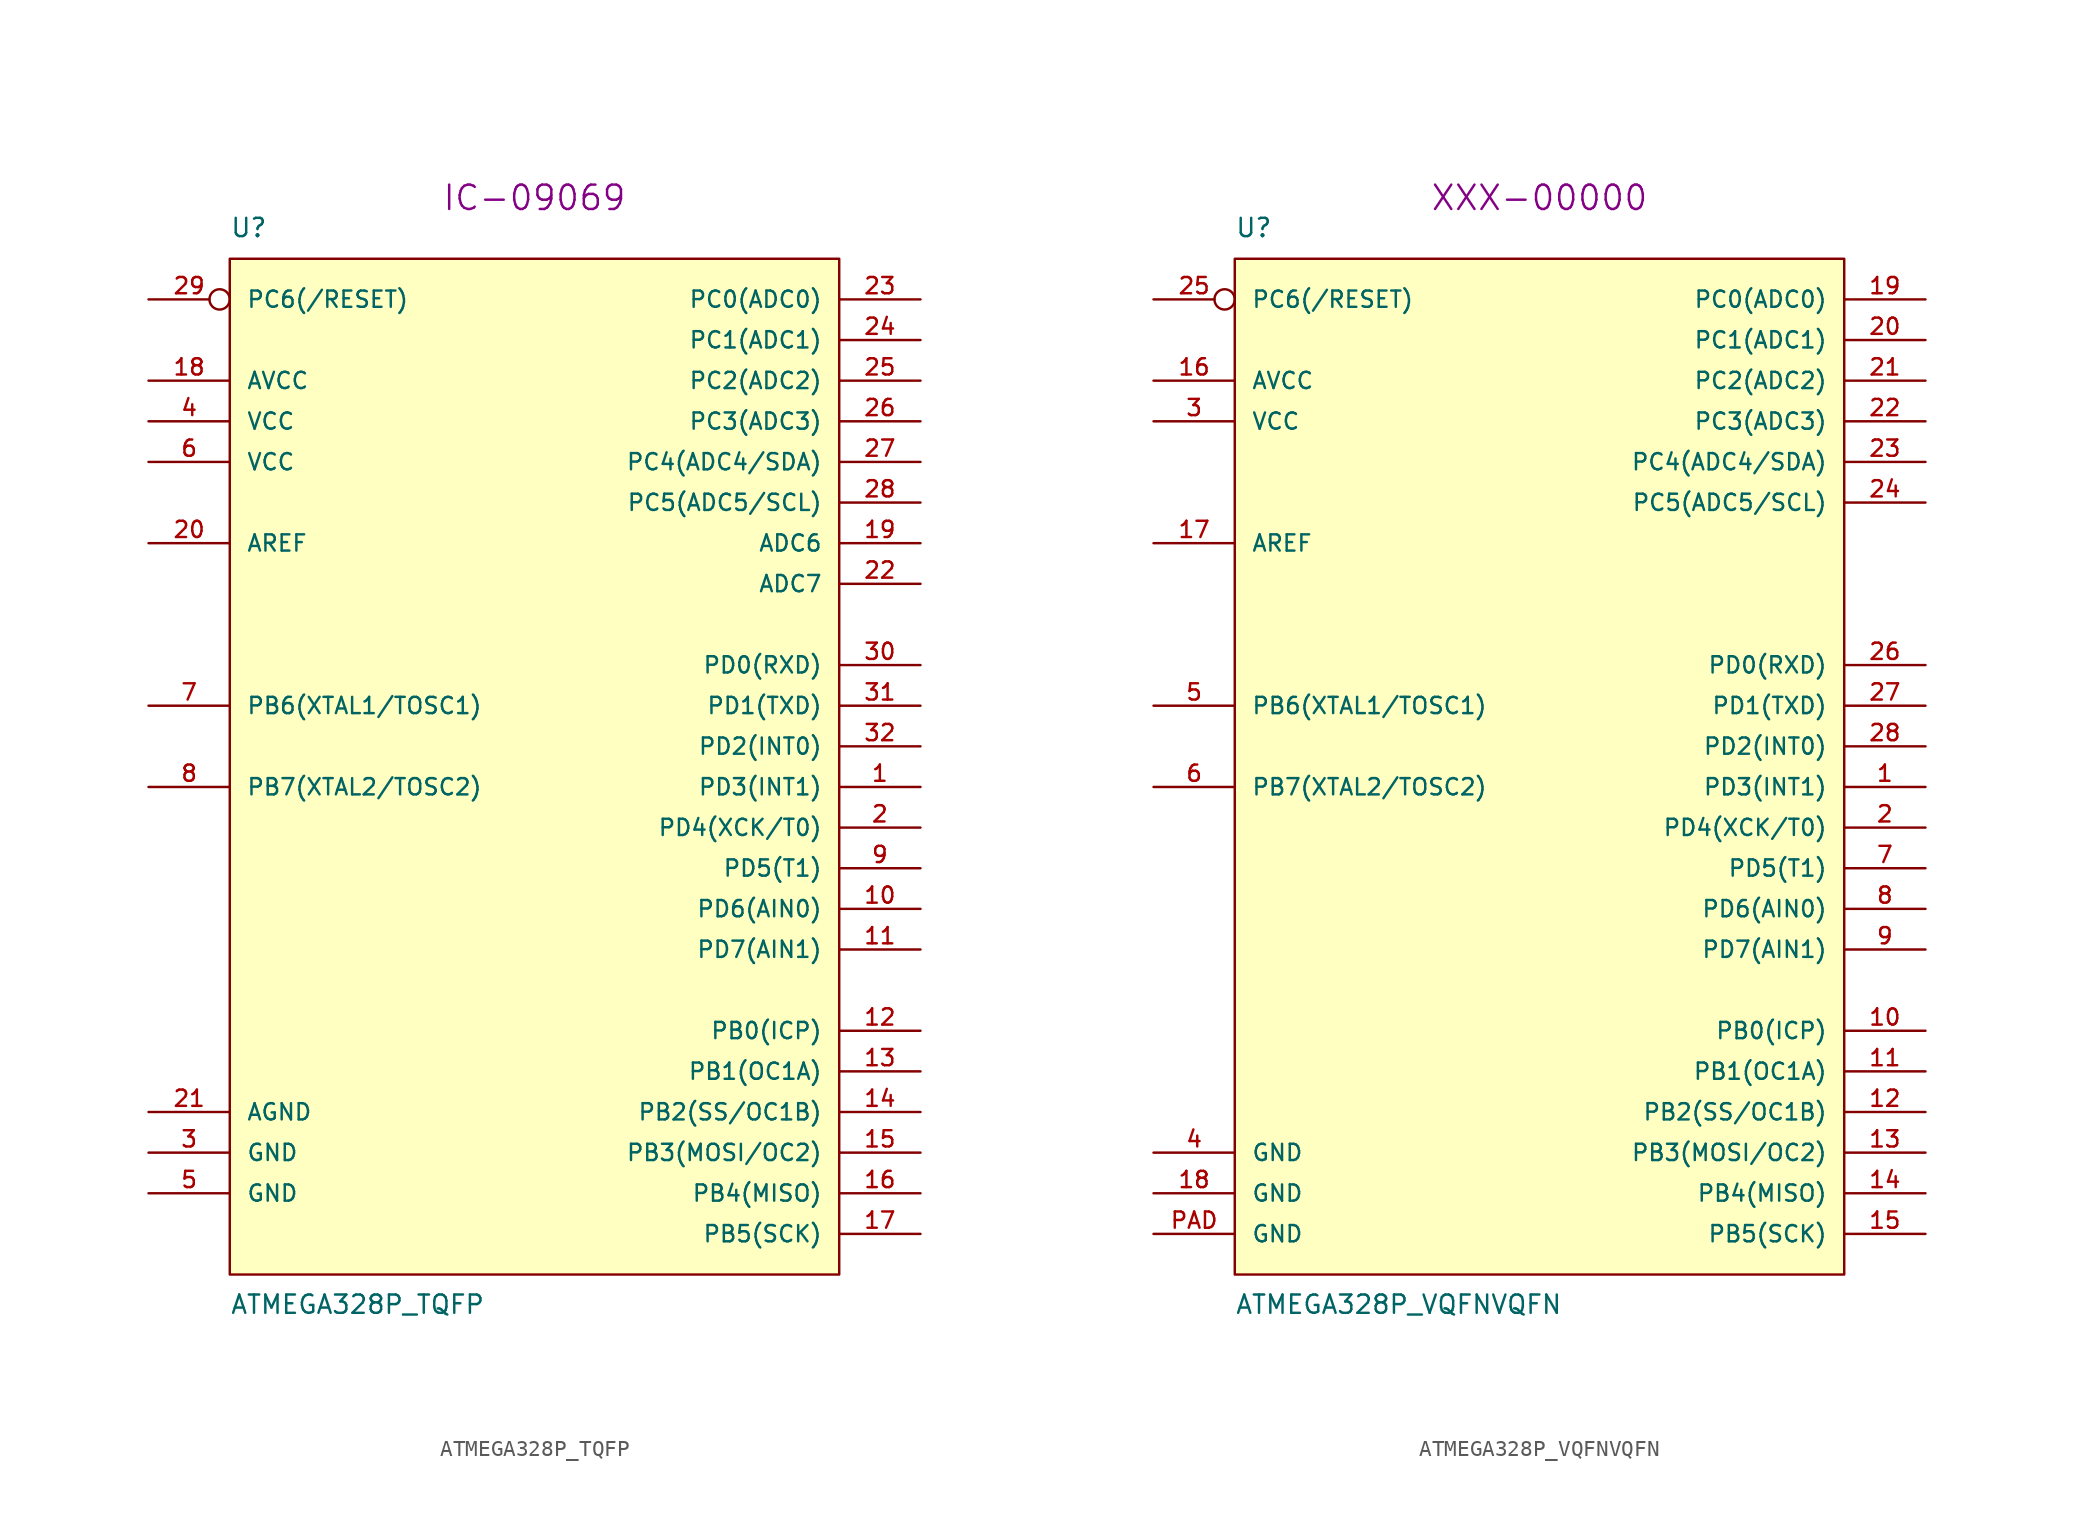
<source format=kicad_sym>
(kicad_symbol_lib
  (version 20201005)
  (generator kicad_symbol_editor)
  (symbol "ATMEGA328P_TQFP"
    (pin_names
      (offset 1.016))
    (property "Reference" "U"
      (at -19.05 33.02 0)
      (effects (font (size 1.143 1.143)) (justify left bottom)))
    (property "Value" "ATMEGA328P_TQFP"
      (at -19.05 -34.29 0)
      (effects (font (size 1.143 1.143)) (justify left bottom)))
    (property "Field4" "IC-09069"
      (at 0 35.56 0)
      (effects (font (size 1.524 1.524))))
    (property "ki_locked" ""
      (at 0 0 0)
      (effects (font (size 1.27 1.27))))
    (symbol "ATMEGA328P_TQFP_1_1"
      (polyline (pts (xy -19.05 31.75) (xy 19.05 31.75) (xy 19.05 -31.75) (xy -19.05 -31.75) (xy -19.05 31.75)) (stroke (width 0)) (fill (type background)))
      (pin bidirectional line (at 24.13 -1.27 180) (length 5.08) (name "PD3(INT1)" (effects (font (size 1.016 1.016)))) (number "1" (effects (font (size 1.016 1.016)))))
      (pin bidirectional line (at 24.13 -3.81 180) (length 5.08) (name "PD4(XCK/T0)" (effects (font (size 1.016 1.016)))) (number "2" (effects (font (size 1.016 1.016)))))
      (pin bidirectional line (at -24.13 -24.13 0) (length 5.08) (name "GND" (effects (font (size 1.016 1.016)))) (number "3" (effects (font (size 1.016 1.016)))))
      (pin bidirectional line (at -24.13 21.59 0) (length 5.08) (name "VCC" (effects (font (size 1.016 1.016)))) (number "4" (effects (font (size 1.016 1.016)))))
      (pin bidirectional line (at -24.13 -26.67 0) (length 5.08) (name "GND" (effects (font (size 1.016 1.016)))) (number "5" (effects (font (size 1.016 1.016)))))
      (pin bidirectional line (at -24.13 19.05 0) (length 5.08) (name "VCC" (effects (font (size 1.016 1.016)))) (number "6" (effects (font (size 1.016 1.016)))))
      (pin bidirectional line (at -24.13 3.81 0) (length 5.08) (name "PB6(XTAL1/TOSC1)" (effects (font (size 1.016 1.016)))) (number "7" (effects (font (size 1.016 1.016)))))
      (pin bidirectional line (at -24.13 -1.27 0) (length 5.08) (name "PB7(XTAL2/TOSC2)" (effects (font (size 1.016 1.016)))) (number "8" (effects (font (size 1.016 1.016)))))
      (pin bidirectional line (at 24.13 -6.35 180) (length 5.08) (name "PD5(T1)" (effects (font (size 1.016 1.016)))) (number "9" (effects (font (size 1.016 1.016)))))
      (pin bidirectional line (at 24.13 -8.89 180) (length 5.08) (name "PD6(AIN0)" (effects (font (size 1.016 1.016)))) (number "10" (effects (font (size 1.016 1.016)))))
      (pin bidirectional line (at -24.13 13.97 0) (length 5.08) (name "AREF" (effects (font (size 1.016 1.016)))) (number "20" (effects (font (size 1.016 1.016)))))
      (pin bidirectional line (at 24.13 6.35 180) (length 5.08) (name "PD0(RXD)" (effects (font (size 1.016 1.016)))) (number "30" (effects (font (size 1.016 1.016)))))
      (pin bidirectional line (at 24.13 -11.43 180) (length 5.08) (name "PD7(AIN1)" (effects (font (size 1.016 1.016)))) (number "11" (effects (font (size 1.016 1.016)))))
      (pin bidirectional line (at -24.13 -21.59 0) (length 5.08) (name "AGND" (effects (font (size 1.016 1.016)))) (number "21" (effects (font (size 1.016 1.016)))))
      (pin bidirectional line (at 24.13 3.81 180) (length 5.08) (name "PD1(TXD)" (effects (font (size 1.016 1.016)))) (number "31" (effects (font (size 1.016 1.016)))))
      (pin bidirectional line (at 24.13 -16.51 180) (length 5.08) (name "PB0(ICP)" (effects (font (size 1.016 1.016)))) (number "12" (effects (font (size 1.016 1.016)))))
      (pin bidirectional line (at 24.13 11.43 180) (length 5.08) (name "ADC7" (effects (font (size 1.016 1.016)))) (number "22" (effects (font (size 1.016 1.016)))))
      (pin bidirectional line (at 24.13 1.27 180) (length 5.08) (name "PD2(INT0)" (effects (font (size 1.016 1.016)))) (number "32" (effects (font (size 1.016 1.016)))))
      (pin bidirectional line (at 24.13 -19.05 180) (length 5.08) (name "PB1(OC1A)" (effects (font (size 1.016 1.016)))) (number "13" (effects (font (size 1.016 1.016)))))
      (pin bidirectional line (at 24.13 29.21 180) (length 5.08) (name "PC0(ADC0)" (effects (font (size 1.016 1.016)))) (number "23" (effects (font (size 1.016 1.016)))))
      (pin bidirectional line (at 24.13 -21.59 180) (length 5.08) (name "PB2(SS/OC1B)" (effects (font (size 1.016 1.016)))) (number "14" (effects (font (size 1.016 1.016)))))
      (pin bidirectional line (at 24.13 26.67 180) (length 5.08) (name "PC1(ADC1)" (effects (font (size 1.016 1.016)))) (number "24" (effects (font (size 1.016 1.016)))))
      (pin bidirectional line (at 24.13 -24.13 180) (length 5.08) (name "PB3(MOSI/OC2)" (effects (font (size 1.016 1.016)))) (number "15" (effects (font (size 1.016 1.016)))))
      (pin bidirectional line (at 24.13 24.13 180) (length 5.08) (name "PC2(ADC2)" (effects (font (size 1.016 1.016)))) (number "25" (effects (font (size 1.016 1.016)))))
      (pin bidirectional line (at 24.13 -26.67 180) (length 5.08) (name "PB4(MISO)" (effects (font (size 1.016 1.016)))) (number "16" (effects (font (size 1.016 1.016)))))
      (pin bidirectional line (at 24.13 21.59 180) (length 5.08) (name "PC3(ADC3)" (effects (font (size 1.016 1.016)))) (number "26" (effects (font (size 1.016 1.016)))))
      (pin bidirectional line (at 24.13 -29.21 180) (length 5.08) (name "PB5(SCK)" (effects (font (size 1.016 1.016)))) (number "17" (effects (font (size 1.016 1.016)))))
      (pin bidirectional line (at 24.13 19.05 180) (length 5.08) (name "PC4(ADC4/SDA)" (effects (font (size 1.016 1.016)))) (number "27" (effects (font (size 1.016 1.016)))))
      (pin bidirectional line (at -24.13 24.13 0) (length 5.08) (name "AVCC" (effects (font (size 1.016 1.016)))) (number "18" (effects (font (size 1.016 1.016)))))
      (pin bidirectional line (at 24.13 16.51 180) (length 5.08) (name "PC5(ADC5/SCL)" (effects (font (size 1.016 1.016)))) (number "28" (effects (font (size 1.016 1.016)))))
      (pin bidirectional line (at 24.13 13.97 180) (length 5.08) (name "ADC6" (effects (font (size 1.016 1.016)))) (number "19" (effects (font (size 1.016 1.016)))))
      (pin bidirectional inverted (at -24.13 29.21 0) (length 5.08) (name "PC6(/RESET)" (effects (font (size 1.016 1.016)))) (number "29" (effects (font (size 1.016 1.016)))))))
  (symbol "ATMEGA328P_VQFNVQFN"
    (pin_names
      (offset 1.016))
    (property "Reference" "U"
      (at -19.05 33.02 0)
      (effects (font (size 1.143 1.143)) (justify left bottom)))
    (property "Value" "ATMEGA328P_VQFNVQFN"
      (at -19.05 -34.29 0)
      (effects (font (size 1.143 1.143)) (justify left bottom)))
    (property "Field4" "XXX-00000"
      (at 0 35.56 0)
      (effects (font (size 1.524 1.524))))
    (property "ki_locked" ""
      (at 0 0 0)
      (effects (font (size 1.27 1.27))))
    (symbol "ATMEGA328P_VQFNVQFN_1_1"
      (polyline (pts (xy -19.05 31.75) (xy 19.05 31.75) (xy 19.05 -31.75) (xy -19.05 -31.75) (xy -19.05 31.75)) (stroke (width 0)) (fill (type background)))
      (pin bidirectional line (at 24.13 -1.27 180) (length 5.08) (name "PD3(INT1)" (effects (font (size 1.016 1.016)))) (number "1" (effects (font (size 1.016 1.016)))))
      (pin bidirectional line (at 24.13 -3.81 180) (length 5.08) (name "PD4(XCK/T0)" (effects (font (size 1.016 1.016)))) (number "2" (effects (font (size 1.016 1.016)))))
      (pin bidirectional line (at -24.13 21.59 0) (length 5.08) (name "VCC" (effects (font (size 1.016 1.016)))) (number "3" (effects (font (size 1.016 1.016)))))
      (pin bidirectional line (at -24.13 -24.13 0) (length 5.08) (name "GND" (effects (font (size 1.016 1.016)))) (number "4" (effects (font (size 1.016 1.016)))))
      (pin bidirectional line (at -24.13 3.81 0) (length 5.08) (name "PB6(XTAL1/TOSC1)" (effects (font (size 1.016 1.016)))) (number "5" (effects (font (size 1.016 1.016)))))
      (pin bidirectional line (at -24.13 -1.27 0) (length 5.08) (name "PB7(XTAL2/TOSC2)" (effects (font (size 1.016 1.016)))) (number "6" (effects (font (size 1.016 1.016)))))
      (pin bidirectional line (at 24.13 -6.35 180) (length 5.08) (name "PD5(T1)" (effects (font (size 1.016 1.016)))) (number "7" (effects (font (size 1.016 1.016)))))
      (pin bidirectional line (at 24.13 -8.89 180) (length 5.08) (name "PD6(AIN0)" (effects (font (size 1.016 1.016)))) (number "8" (effects (font (size 1.016 1.016)))))
      (pin bidirectional line (at 24.13 -11.43 180) (length 5.08) (name "PD7(AIN1)" (effects (font (size 1.016 1.016)))) (number "9" (effects (font (size 1.016 1.016)))))
      (pin bidirectional line (at 24.13 -16.51 180) (length 5.08) (name "PB0(ICP)" (effects (font (size 1.016 1.016)))) (number "10" (effects (font (size 1.016 1.016)))))
      (pin bidirectional line (at 24.13 26.67 180) (length 5.08) (name "PC1(ADC1)" (effects (font (size 1.016 1.016)))) (number "20" (effects (font (size 1.016 1.016)))))
      (pin bidirectional line (at 24.13 -19.05 180) (length 5.08) (name "PB1(OC1A)" (effects (font (size 1.016 1.016)))) (number "11" (effects (font (size 1.016 1.016)))))
      (pin bidirectional line (at 24.13 24.13 180) (length 5.08) (name "PC2(ADC2)" (effects (font (size 1.016 1.016)))) (number "21" (effects (font (size 1.016 1.016)))))
      (pin bidirectional line (at 24.13 -21.59 180) (length 5.08) (name "PB2(SS/OC1B)" (effects (font (size 1.016 1.016)))) (number "12" (effects (font (size 1.016 1.016)))))
      (pin bidirectional line (at 24.13 21.59 180) (length 5.08) (name "PC3(ADC3)" (effects (font (size 1.016 1.016)))) (number "22" (effects (font (size 1.016 1.016)))))
      (pin bidirectional line (at 24.13 -24.13 180) (length 5.08) (name "PB3(MOSI/OC2)" (effects (font (size 1.016 1.016)))) (number "13" (effects (font (size 1.016 1.016)))))
      (pin bidirectional line (at 24.13 19.05 180) (length 5.08) (name "PC4(ADC4/SDA)" (effects (font (size 1.016 1.016)))) (number "23" (effects (font (size 1.016 1.016)))))
      (pin bidirectional line (at 24.13 -26.67 180) (length 5.08) (name "PB4(MISO)" (effects (font (size 1.016 1.016)))) (number "14" (effects (font (size 1.016 1.016)))))
      (pin bidirectional line (at 24.13 16.51 180) (length 5.08) (name "PC5(ADC5/SCL)" (effects (font (size 1.016 1.016)))) (number "24" (effects (font (size 1.016 1.016)))))
      (pin bidirectional line (at 24.13 -29.21 180) (length 5.08) (name "PB5(SCK)" (effects (font (size 1.016 1.016)))) (number "15" (effects (font (size 1.016 1.016)))))
      (pin bidirectional inverted (at -24.13 29.21 0) (length 5.08) (name "PC6(/RESET)" (effects (font (size 1.016 1.016)))) (number "25" (effects (font (size 1.016 1.016)))))
      (pin bidirectional line (at -24.13 24.13 0) (length 5.08) (name "AVCC" (effects (font (size 1.016 1.016)))) (number "16" (effects (font (size 1.016 1.016)))))
      (pin bidirectional line (at 24.13 6.35 180) (length 5.08) (name "PD0(RXD)" (effects (font (size 1.016 1.016)))) (number "26" (effects (font (size 1.016 1.016)))))
      (pin bidirectional line (at -24.13 13.97 0) (length 5.08) (name "AREF" (effects (font (size 1.016 1.016)))) (number "17" (effects (font (size 1.016 1.016)))))
      (pin bidirectional line (at 24.13 3.81 180) (length 5.08) (name "PD1(TXD)" (effects (font (size 1.016 1.016)))) (number "27" (effects (font (size 1.016 1.016)))))
      (pin bidirectional line (at -24.13 -26.67 0) (length 5.08) (name "GND" (effects (font (size 1.016 1.016)))) (number "18" (effects (font (size 1.016 1.016)))))
      (pin bidirectional line (at 24.13 1.27 180) (length 5.08) (name "PD2(INT0)" (effects (font (size 1.016 1.016)))) (number "28" (effects (font (size 1.016 1.016)))))
      (pin bidirectional line (at 24.13 29.21 180) (length 5.08) (name "PC0(ADC0)" (effects (font (size 1.016 1.016)))) (number "19" (effects (font (size 1.016 1.016)))))
      (pin bidirectional line (at -24.13 -29.21 0) (length 5.08) (name "GND" (effects (font (size 1.016 1.016)))) (number "PAD" (effects (font (size 1.016 1.016))))))))
</source>
